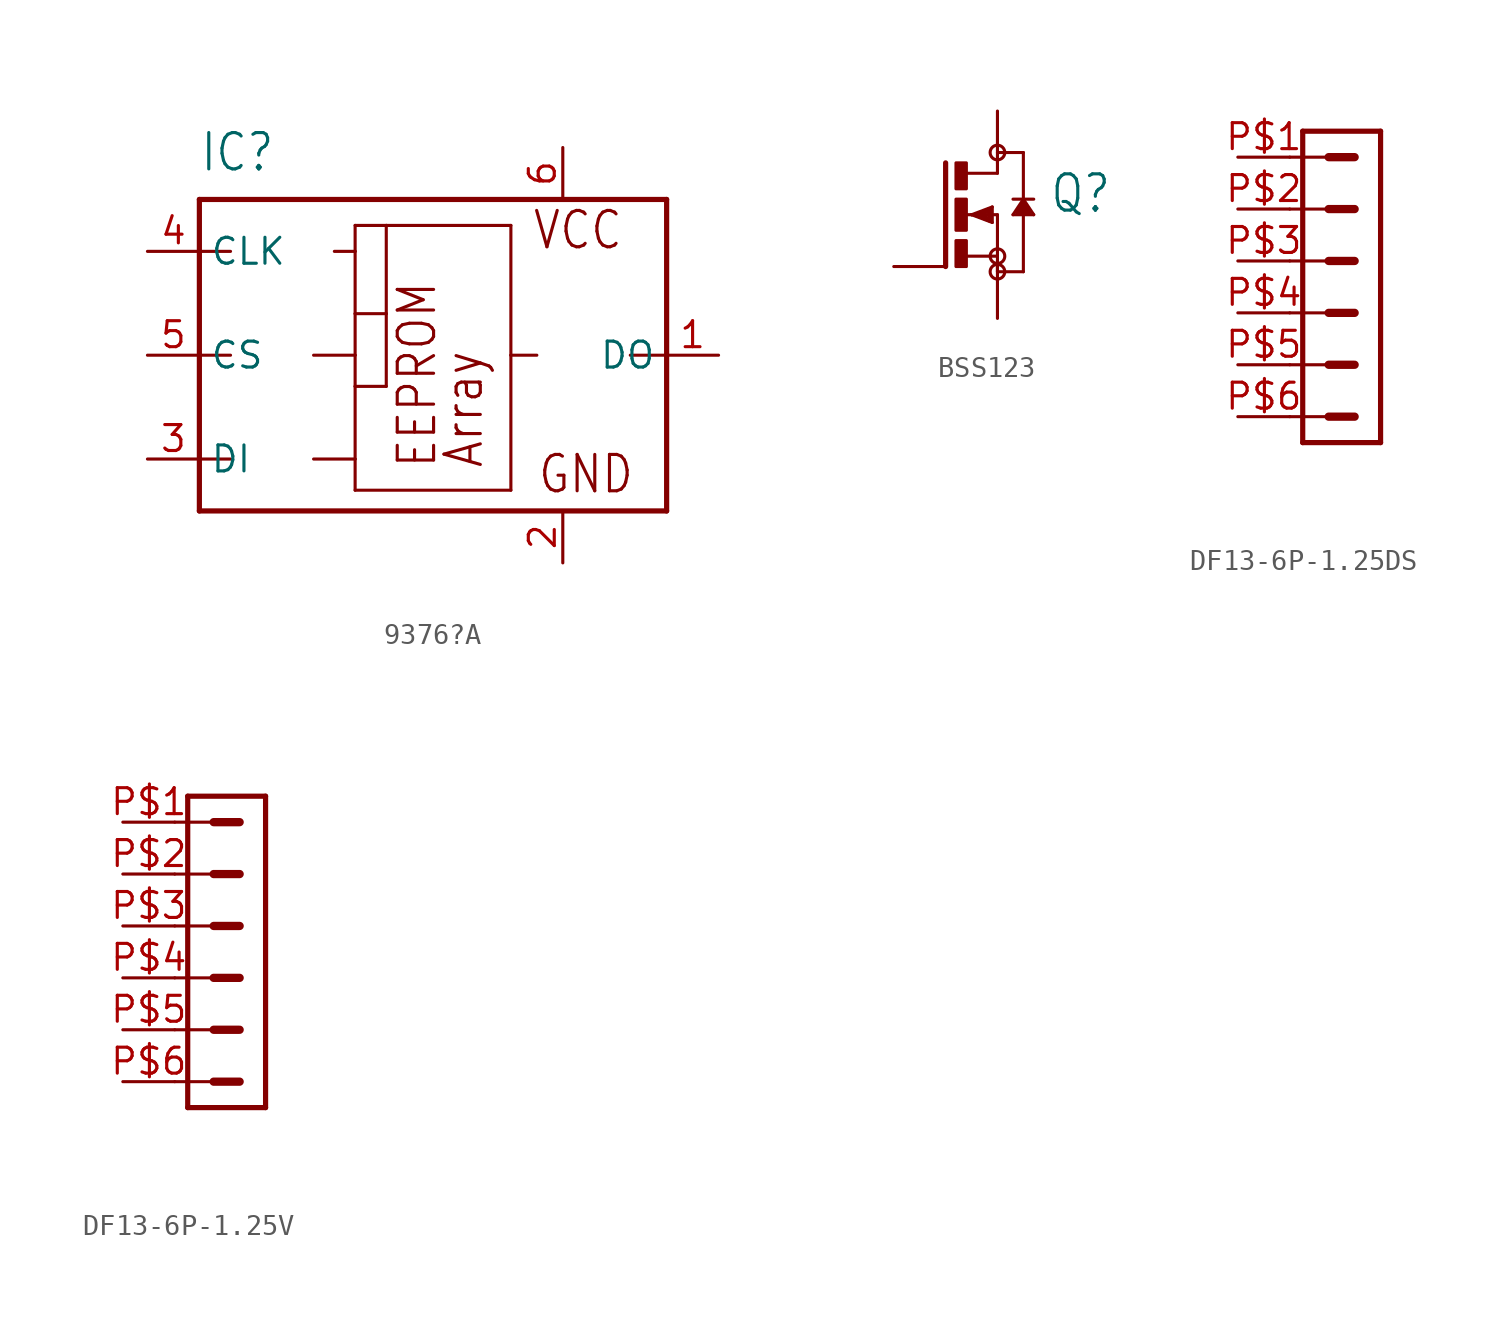
<source format=kicad_sym>
(kicad_symbol_lib
  (version 20231120)
  (generator "kicad_symbol_editor")
  (generator_version "8.0")
  (symbol "9376?A"
    (property "Reference" "IC"
      (at -10.16 8.89 0)
      (effects (font (size 1.778 1.511)) (justify left bottom)))
    (property "Value" ""
      (at -10.16 -10.16 0)
      (effects (font (size 1.778 1.511)) (justify left bottom)))
    (property "ki_locked" ""
      (at 0 0 0)
      (effects (font (size 1.27 1.27))))
    (symbol "9376?A_1_0"
      (polyline (pts (xy -10.16 -7.62) (xy -10.16 -5.08)) (stroke (width 0.254) (type solid)) (fill (type none)))
      (polyline (pts (xy -10.16 -5.08) (xy -10.16 0)) (stroke (width 0.254) (type solid)) (fill (type none)))
      (polyline (pts (xy -10.16 -5.08) (xy -8.636 -5.08)) (stroke (width 0.152) (type solid)) (fill (type none)))
      (polyline (pts (xy -10.16 0) (xy -10.16 5.08)) (stroke (width 0.254) (type solid)) (fill (type none)))
      (polyline (pts (xy -10.16 0) (xy -8.636 0)) (stroke (width 0.152) (type solid)) (fill (type none)))
      (polyline (pts (xy -10.16 5.08) (xy -10.16 7.62)) (stroke (width 0.254) (type solid)) (fill (type none)))
      (polyline (pts (xy -10.16 5.08) (xy -8.636 5.08)) (stroke (width 0.152) (type solid)) (fill (type none)))
      (polyline (pts (xy -10.16 7.62) (xy 12.7 7.62)) (stroke (width 0.254) (type solid)) (fill (type none)))
      (polyline (pts (xy -4.572 -5.08) (xy -2.54 -5.08)) (stroke (width 0.152) (type solid)) (fill (type none)))
      (polyline (pts (xy -4.572 0) (xy -2.54 0)) (stroke (width 0.152) (type solid)) (fill (type none)))
      (polyline (pts (xy -3.556 5.08) (xy -2.54 5.08)) (stroke (width 0.152) (type solid)) (fill (type none)))
      (polyline (pts (xy -2.54 -6.604) (xy -2.54 -5.08)) (stroke (width 0.152) (type solid)) (fill (type none)))
      (polyline (pts (xy -2.54 -5.08) (xy -2.54 -1.524)) (stroke (width 0.152) (type solid)) (fill (type none)))
      (polyline (pts (xy -2.54 -1.524) (xy -2.54 0)) (stroke (width 0.152) (type solid)) (fill (type none)))
      (polyline (pts (xy -2.54 -1.524) (xy -1.016 -1.524)) (stroke (width 0.152) (type solid)) (fill (type none)))
      (polyline (pts (xy -2.54 0) (xy -2.54 2.032)) (stroke (width 0.152) (type solid)) (fill (type none)))
      (polyline (pts (xy -2.54 2.032) (xy -2.54 5.08)) (stroke (width 0.152) (type solid)) (fill (type none)))
      (polyline (pts (xy -2.54 2.032) (xy -1.016 2.032)) (stroke (width 0.152) (type solid)) (fill (type none)))
      (polyline (pts (xy -2.54 5.08) (xy -2.54 6.35)) (stroke (width 0.152) (type solid)) (fill (type none)))
      (polyline (pts (xy -2.54 6.35) (xy -1.016 6.35)) (stroke (width 0.152) (type solid)) (fill (type none)))
      (polyline (pts (xy -1.016 2.032) (xy -1.016 -1.524)) (stroke (width 0.152) (type solid)) (fill (type none)))
      (polyline (pts (xy -1.016 6.35) (xy -1.016 2.032)) (stroke (width 0.152) (type solid)) (fill (type none)))
      (polyline (pts (xy -1.016 6.35) (xy 5.08 6.35)) (stroke (width 0.152) (type solid)) (fill (type none)))
      (polyline (pts (xy 5.08 -6.604) (xy -2.54 -6.604)) (stroke (width 0.152) (type solid)) (fill (type none)))
      (polyline (pts (xy 5.08 0) (xy 5.08 -6.604)) (stroke (width 0.152) (type solid)) (fill (type none)))
      (polyline (pts (xy 5.08 6.35) (xy 5.08 0)) (stroke (width 0.152) (type solid)) (fill (type none)))
      (polyline (pts (xy 6.35 0) (xy 5.08 0)) (stroke (width 0.152) (type solid)) (fill (type none)))
      (polyline (pts (xy 12.7 -7.62) (xy -10.16 -7.62)) (stroke (width 0.254) (type solid)) (fill (type none)))
      (polyline (pts (xy 12.7 0) (xy 10.922 0)) (stroke (width 0.152) (type solid)) (fill (type none)))
      (polyline (pts (xy 12.7 0) (xy 12.7 -7.62)) (stroke (width 0.254) (type solid)) (fill (type none)))
      (polyline (pts (xy 12.7 7.62) (xy 12.7 0)) (stroke (width 0.254) (type solid)) (fill (type none)))
      (text "Array" (at 3.81 -5.588 900) (effects (font (size 1.778 1.511)) (justify left bottom)))
      (text "EEPROM" (at 1.524 -5.588 900) (effects (font (size 1.778 1.511)) (justify left bottom)))
      (text "GND" (at 6.35 -6.858 0) (effects (font (size 1.778 1.511)) (justify left bottom)))
      (text "VCC" (at 6.096 5.08 0) (effects (font (size 1.778 1.511)) (justify left bottom)))
      (pin tri_state line (at 15.24 0 180) (length 2.54) (name "DO" (effects (font (size 1.27 1.27)))) (number "1" (effects (font (size 1.27 1.27)))))
      (pin power_in line (at 7.62 -10.16 90) (length 2.54) (name "GND" (effects (font (size 0 0)))) (number "2" (effects (font (size 1.27 1.27)))))
      (pin input line (at -12.7 -5.08 0) (length 2.54) (name "DI" (effects (font (size 1.27 1.27)))) (number "3" (effects (font (size 1.27 1.27)))))
      (pin input line (at -12.7 5.08 0) (length 2.54) (name "CLK" (effects (font (size 1.27 1.27)))) (number "4" (effects (font (size 1.27 1.27)))))
      (pin input line (at -12.7 0 0) (length 2.54) (name "CS" (effects (font (size 1.27 1.27)))) (number "5" (effects (font (size 1.27 1.27)))))
      (pin power_in line (at 7.62 10.16 270) (length 2.54) (name "VCC" (effects (font (size 0 0)))) (number "6" (effects (font (size 1.27 1.27)))))))
  (symbol "BSS123"
    (property "Reference" "Q"
      (at 2.54 0 0)
      (effects (font (size 1.778 1.511)) (justify left bottom)))
    (property "Value" ""
      (at 2.54 -2.54 0)
      (effects (font (size 1.778 1.511)) (justify left bottom)))
    (property "ki_locked" ""
      (at 0 0 0)
      (effects (font (size 1.27 1.27))))
    (symbol "BSS123_1_0"
      (rectangle (start -2.032 -2.54) (end -1.524 -1.27) (stroke (width 0) (type default)) (fill (type outline)))
      (rectangle (start -2.032 -0.762) (end -1.524 0.762) (stroke (width 0) (type default)) (fill (type outline)))
      (rectangle (start -2.032 1.27) (end -1.524 2.54) (stroke (width 0) (type default)) (fill (type outline)))
      (circle (center 0 -2.794) (radius 0.359) (stroke (width 0) (type solid)) (fill (type none)))
      (circle (center 0 -2.032) (radius 0.359) (stroke (width 0) (type solid)) (fill (type none)))
      (polyline (pts (xy -2.54 2.54) (xy -2.54 -2.54)) (stroke (width 0.254) (type solid)) (fill (type none)))
      (polyline (pts (xy -1.524 -2.032) (xy 0 -2.032)) (stroke (width 0.152) (type solid)) (fill (type none)))
      (polyline (pts (xy -1.524 0) (xy -1.27 0)) (stroke (width 0.152) (type solid)) (fill (type none)))
      (polyline (pts (xy -1.524 2.032) (xy 0 2.032)) (stroke (width 0.152) (type solid)) (fill (type none)))
      (polyline (pts (xy -1.27 0) (xy -1.016 0)) (stroke (width 0.152) (type solid)) (fill (type none)))
      (polyline (pts (xy -1.27 0) (xy -0.254 0.381)) (stroke (width 0.152) (type solid)) (fill (type none)))
      (polyline (pts (xy -1.016 0) (xy -0.889 0)) (stroke (width 0.152) (type solid)) (fill (type none)))
      (polyline (pts (xy -1.016 0) (xy -0.381 -0.254)) (stroke (width 0.254) (type solid)) (fill (type none)))
      (polyline (pts (xy -0.889 0) (xy 0 0)) (stroke (width 0.152) (type solid)) (fill (type none)))
      (polyline (pts (xy -0.381 -0.254) (xy -0.381 0.254)) (stroke (width 0.254) (type solid)) (fill (type none)))
      (polyline (pts (xy -0.381 0.254) (xy -0.889 0)) (stroke (width 0.254) (type solid)) (fill (type none)))
      (polyline (pts (xy -0.254 -0.381) (xy -1.27 0)) (stroke (width 0.152) (type solid)) (fill (type none)))
      (polyline (pts (xy -0.254 0.381) (xy -0.254 -0.381)) (stroke (width 0.152) (type solid)) (fill (type none)))
      (polyline (pts (xy 0 -2.032) (xy 0 -2.794)) (stroke (width 0.152) (type solid)) (fill (type none)))
      (polyline (pts (xy 0 0) (xy 0 -2.032)) (stroke (width 0.152) (type solid)) (fill (type none)))
      (polyline (pts (xy 0 2.032) (xy 0 2.54)) (stroke (width 0.152) (type solid)) (fill (type none)))
      (polyline (pts (xy 0 3.048) (xy 1.27 3.048)) (stroke (width 0.152) (type solid)) (fill (type none)))
      (polyline (pts (xy 0.762 0) (xy 1.27 0.762)) (stroke (width 0.152) (type solid)) (fill (type none)))
      (polyline (pts (xy 1.016 0.127) (xy 1.524 0.127)) (stroke (width 0.254) (type solid)) (fill (type none)))
      (polyline (pts (xy 1.27 -2.794) (xy 0 -2.794)) (stroke (width 0.152) (type solid)) (fill (type none)))
      (polyline (pts (xy 1.27 0.508) (xy 1.016 0.127)) (stroke (width 0.254) (type solid)) (fill (type none)))
      (polyline (pts (xy 1.27 0.508) (xy 1.27 -2.794)) (stroke (width 0.152) (type solid)) (fill (type none)))
      (polyline (pts (xy 1.27 0.762) (xy 1.27 0.508)) (stroke (width 0.152) (type solid)) (fill (type none)))
      (polyline (pts (xy 1.27 0.762) (xy 1.778 0)) (stroke (width 0.152) (type solid)) (fill (type none)))
      (polyline (pts (xy 1.27 3.048) (xy 1.27 0.762)) (stroke (width 0.152) (type solid)) (fill (type none)))
      (polyline (pts (xy 1.524 0.127) (xy 1.27 0.508)) (stroke (width 0.254) (type solid)) (fill (type none)))
      (polyline (pts (xy 1.778 0) (xy 0.762 0)) (stroke (width 0.152) (type solid)) (fill (type none)))
      (polyline (pts (xy 1.778 0.762) (xy 0.762 0.762)) (stroke (width 0.152) (type solid)) (fill (type none)))
      (circle (center 0 3.048) (radius 0.359) (stroke (width 0) (type solid)) (fill (type none)))
      (pin passive line (at -5.08 -2.54 0) (length 2.54) (name "G" (effects (font (size 0 0)))) (number "1" (effects (font (size 0 0)))))
      (pin passive line (at 0 -5.08 90) (length 2.54) (name "S" (effects (font (size 0 0)))) (number "2" (effects (font (size 0 0)))))
      (pin passive line (at 0 5.08 270) (length 2.54) (name "D" (effects (font (size 0 0)))) (number "3" (effects (font (size 0 0)))))))
  (symbol "DF13-6P-1.25DS"
    (property "Reference" ""
      (at -1.905 7.62 0)
      (effects (font (size 1.778 1.511)) (justify left bottom) (hide yes)))
    (property "Value" ""
      (at -1.905 -11.748 0)
      (effects (font (size 1.778 1.511)) (justify left bottom)))
    (property "ki_locked" ""
      (at 0 0 0)
      (effects (font (size 1.27 1.27))))
    (symbol "DF13-6P-1.25DS_1_0"
      (polyline (pts (xy -2.54 -7.62) (xy -0.635 -7.62)) (stroke (width 0.152) (type solid)) (fill (type none)))
      (polyline (pts (xy -2.54 -5.08) (xy -0.635 -5.08)) (stroke (width 0.152) (type solid)) (fill (type none)))
      (polyline (pts (xy -2.54 -2.54) (xy -0.635 -2.54)) (stroke (width 0.152) (type solid)) (fill (type none)))
      (polyline (pts (xy -2.54 0) (xy -0.635 0)) (stroke (width 0.152) (type solid)) (fill (type none)))
      (polyline (pts (xy -2.54 2.54) (xy -0.635 2.54)) (stroke (width 0.152) (type solid)) (fill (type none)))
      (polyline (pts (xy -2.54 5.08) (xy -0.635 5.08)) (stroke (width 0.152) (type solid)) (fill (type none)))
      (polyline (pts (xy -1.905 -8.89) (xy -1.905 6.35)) (stroke (width 0.254) (type solid)) (fill (type none)))
      (polyline (pts (xy -1.905 -8.89) (xy 1.905 -8.89)) (stroke (width 0.254) (type solid)) (fill (type none)))
      (polyline (pts (xy -0.635 -7.62) (xy 0.635 -7.62)) (stroke (width 0.406) (type solid)) (fill (type none)))
      (polyline (pts (xy -0.635 -5.08) (xy 0.635 -5.08)) (stroke (width 0.406) (type solid)) (fill (type none)))
      (polyline (pts (xy -0.635 -2.54) (xy 0.635 -2.54)) (stroke (width 0.406) (type solid)) (fill (type none)))
      (polyline (pts (xy -0.635 0) (xy 0.635 0)) (stroke (width 0.406) (type solid)) (fill (type none)))
      (polyline (pts (xy -0.635 2.54) (xy 0.635 2.54)) (stroke (width 0.406) (type solid)) (fill (type none)))
      (polyline (pts (xy -0.635 5.08) (xy 0.635 5.08)) (stroke (width 0.406) (type solid)) (fill (type none)))
      (polyline (pts (xy 1.905 6.35) (xy -1.905 6.35)) (stroke (width 0.254) (type solid)) (fill (type none)))
      (polyline (pts (xy 1.905 6.35) (xy 1.905 -8.89)) (stroke (width 0.254) (type solid)) (fill (type none)))
      (pin passive line (at -5.08 5.08 0) (length 2.54) (name "1" (effects (font (size 0 0)))) (number "P$1" (effects (font (size 1.27 1.27)))))
      (pin passive line (at -5.08 2.54 0) (length 2.54) (name "2" (effects (font (size 0 0)))) (number "P$2" (effects (font (size 1.27 1.27)))))
      (pin passive line (at -5.08 0 0) (length 2.54) (name "3" (effects (font (size 0 0)))) (number "P$3" (effects (font (size 1.27 1.27)))))
      (pin passive line (at -5.08 -2.54 0) (length 2.54) (name "4" (effects (font (size 0 0)))) (number "P$4" (effects (font (size 1.27 1.27)))))
      (pin passive line (at -5.08 -5.08 0) (length 2.54) (name "5" (effects (font (size 0 0)))) (number "P$5" (effects (font (size 1.27 1.27)))))
      (pin passive line (at -5.08 -7.62 0) (length 2.54) (name "6" (effects (font (size 0 0)))) (number "P$6" (effects (font (size 1.27 1.27)))))))
  (symbol "DF13-6P-1.25V"
    (property "Reference" ""
      (at -1.905 7.62 0)
      (effects (font (size 1.778 1.511)) (justify left bottom) (hide yes)))
    (property "Value" ""
      (at -1.905 -11.748 0)
      (effects (font (size 1.778 1.511)) (justify left bottom)))
    (property "ki_locked" ""
      (at 0 0 0)
      (effects (font (size 1.27 1.27))))
    (symbol "DF13-6P-1.25V_1_0"
      (polyline (pts (xy -2.54 -7.62) (xy -0.635 -7.62)) (stroke (width 0.152) (type solid)) (fill (type none)))
      (polyline (pts (xy -2.54 -5.08) (xy -0.635 -5.08)) (stroke (width 0.152) (type solid)) (fill (type none)))
      (polyline (pts (xy -2.54 -2.54) (xy -0.635 -2.54)) (stroke (width 0.152) (type solid)) (fill (type none)))
      (polyline (pts (xy -2.54 0) (xy -0.635 0)) (stroke (width 0.152) (type solid)) (fill (type none)))
      (polyline (pts (xy -2.54 2.54) (xy -0.635 2.54)) (stroke (width 0.152) (type solid)) (fill (type none)))
      (polyline (pts (xy -2.54 5.08) (xy -0.635 5.08)) (stroke (width 0.152) (type solid)) (fill (type none)))
      (polyline (pts (xy -1.905 -8.89) (xy -1.905 6.35)) (stroke (width 0.254) (type solid)) (fill (type none)))
      (polyline (pts (xy -1.905 -8.89) (xy 1.905 -8.89)) (stroke (width 0.254) (type solid)) (fill (type none)))
      (polyline (pts (xy -0.635 -7.62) (xy 0.635 -7.62)) (stroke (width 0.406) (type solid)) (fill (type none)))
      (polyline (pts (xy -0.635 -5.08) (xy 0.635 -5.08)) (stroke (width 0.406) (type solid)) (fill (type none)))
      (polyline (pts (xy -0.635 -2.54) (xy 0.635 -2.54)) (stroke (width 0.406) (type solid)) (fill (type none)))
      (polyline (pts (xy -0.635 0) (xy 0.635 0)) (stroke (width 0.406) (type solid)) (fill (type none)))
      (polyline (pts (xy -0.635 2.54) (xy 0.635 2.54)) (stroke (width 0.406) (type solid)) (fill (type none)))
      (polyline (pts (xy -0.635 5.08) (xy 0.635 5.08)) (stroke (width 0.406) (type solid)) (fill (type none)))
      (polyline (pts (xy 1.905 6.35) (xy -1.905 6.35)) (stroke (width 0.254) (type solid)) (fill (type none)))
      (polyline (pts (xy 1.905 6.35) (xy 1.905 -8.89)) (stroke (width 0.254) (type solid)) (fill (type none)))
      (pin passive line (at -5.08 5.08 0) (length 2.54) (name "1" (effects (font (size 0 0)))) (number "P$1" (effects (font (size 1.27 1.27)))))
      (pin passive line (at -5.08 2.54 0) (length 2.54) (name "2" (effects (font (size 0 0)))) (number "P$2" (effects (font (size 1.27 1.27)))))
      (pin passive line (at -5.08 0 0) (length 2.54) (name "3" (effects (font (size 0 0)))) (number "P$3" (effects (font (size 1.27 1.27)))))
      (pin passive line (at -5.08 -2.54 0) (length 2.54) (name "4" (effects (font (size 0 0)))) (number "P$4" (effects (font (size 1.27 1.27)))))
      (pin passive line (at -5.08 -5.08 0) (length 2.54) (name "5" (effects (font (size 0 0)))) (number "P$5" (effects (font (size 1.27 1.27)))))
      (pin passive line (at -5.08 -7.62 0) (length 2.54) (name "6" (effects (font (size 0 0)))) (number "P$6" (effects (font (size 1.27 1.27))))))))
</source>
